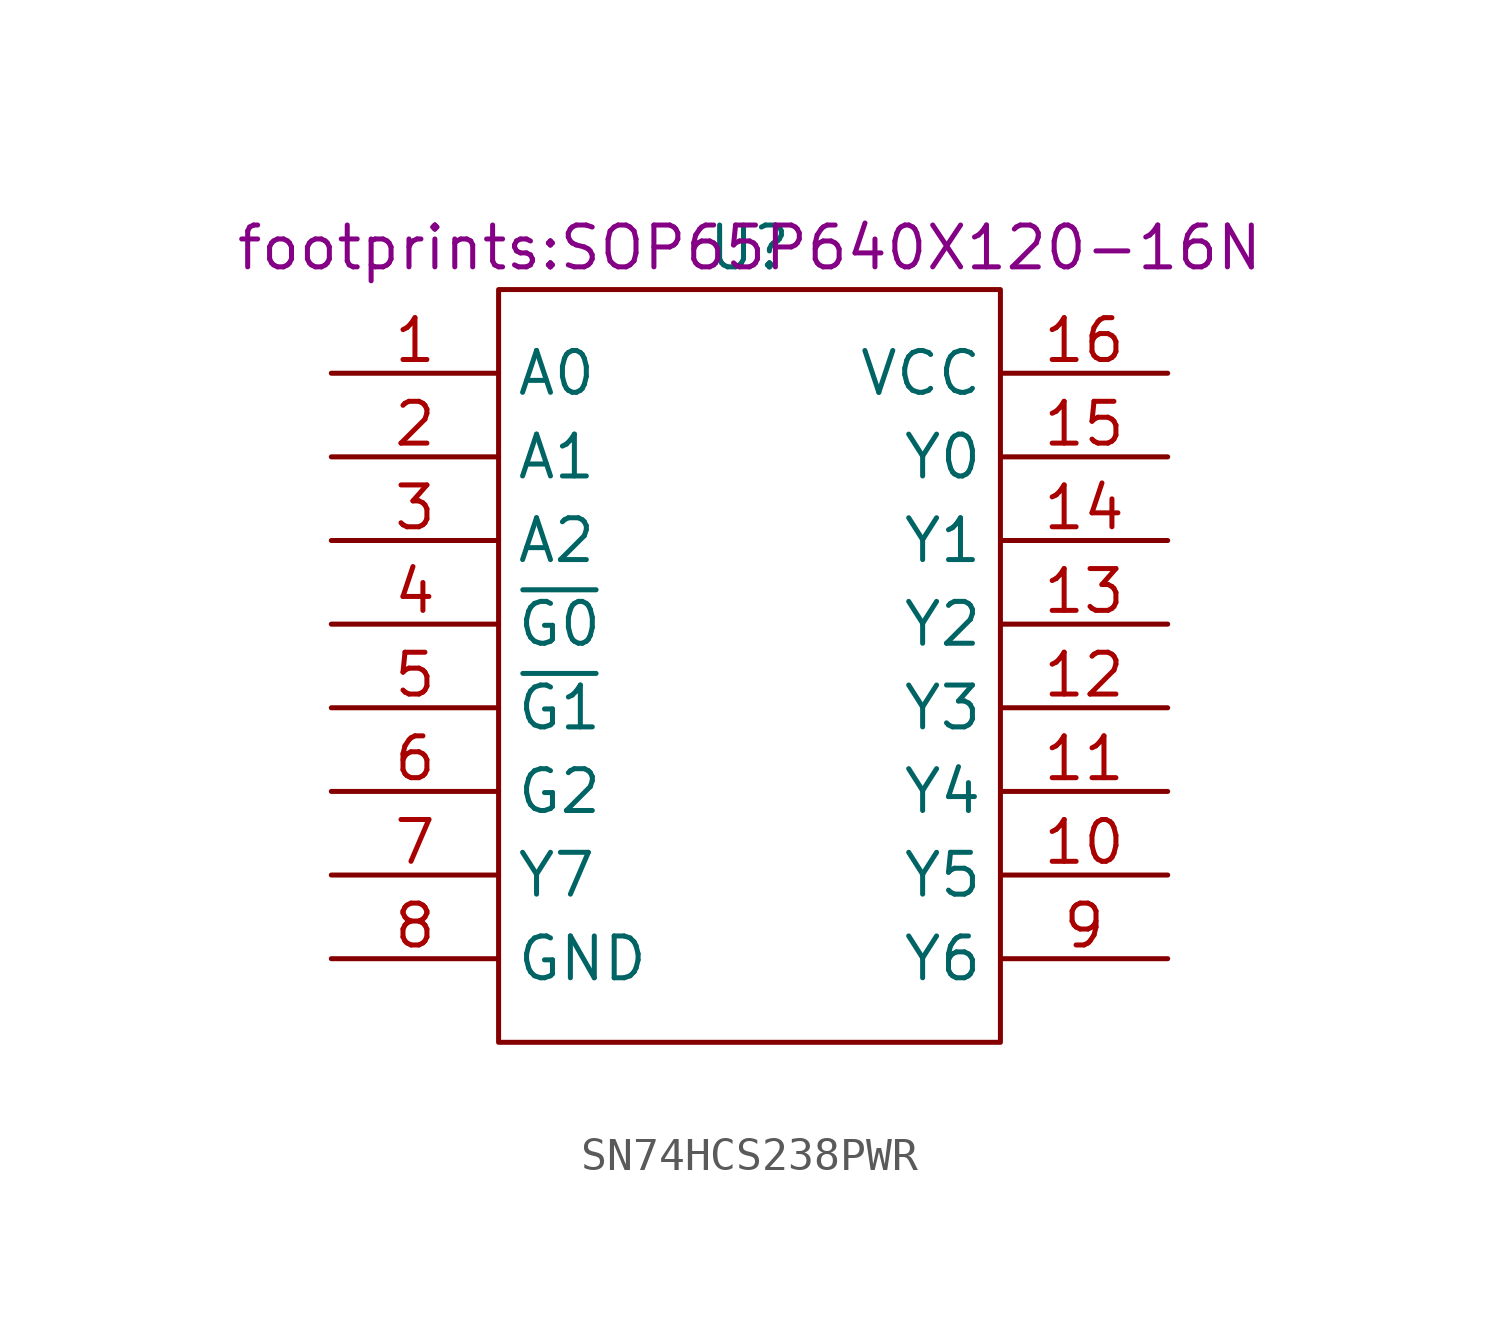
<source format=kicad_sym>
(kicad_symbol_lib
  (version 20220914)
  (generator kicad_symbol_editor)
  (symbol "SN74HCS238PWR"
    (property "Reference" "U"
      (at 0 0 0)
      (effects (font (size 1.27 1.27))))
    (property "Value" ""
      (at 0 0 0)
      (effects (font (size 1.27 1.27))))
    (property "Footprint" "footprints:SOP65P640X120-16N"
      (at 0 0 0)
      (effects (font (size 1.27 1.27))))
    (symbol "SN74HCS238PWR_0_0"
      (pin passive line (at -12.7 -3.81 0) (length 5.08) (name "A0" (effects (font (size 1.27 1.27)))) (number "1" (effects (font (size 1.27 1.27)))))
      (pin passive line (at 12.7 -19.05 180) (length 5.08) (name "Y5" (effects (font (size 1.27 1.27)))) (number "10" (effects (font (size 1.27 1.27)))))
      (pin passive line (at 12.7 -16.51 180) (length 5.08) (name "Y4" (effects (font (size 1.27 1.27)))) (number "11" (effects (font (size 1.27 1.27)))))
      (pin passive line (at 12.7 -13.97 180) (length 5.08) (name "Y3" (effects (font (size 1.27 1.27)))) (number "12" (effects (font (size 1.27 1.27)))))
      (pin passive line (at 12.7 -11.43 180) (length 5.08) (name "Y2" (effects (font (size 1.27 1.27)))) (number "13" (effects (font (size 1.27 1.27)))))
      (pin passive line (at 12.7 -8.89 180) (length 5.08) (name "Y1" (effects (font (size 1.27 1.27)))) (number "14" (effects (font (size 1.27 1.27)))))
      (pin passive line (at 12.7 -6.35 180) (length 5.08) (name "Y0" (effects (font (size 1.27 1.27)))) (number "15" (effects (font (size 1.27 1.27)))))
      (pin passive line (at 12.7 -3.81 180) (length 5.08) (name "VCC" (effects (font (size 1.27 1.27)))) (number "16" (effects (font (size 1.27 1.27)))))
      (pin passive line (at -12.7 -6.35 0) (length 5.08) (name "A1" (effects (font (size 1.27 1.27)))) (number "2" (effects (font (size 1.27 1.27)))))
      (pin passive line (at -12.7 -8.89 0) (length 5.08) (name "A2" (effects (font (size 1.27 1.27)))) (number "3" (effects (font (size 1.27 1.27)))))
      (pin passive line (at -12.7 -11.43 0) (length 5.08) (name "~{G0}" (effects (font (size 1.27 1.27)))) (number "4" (effects (font (size 1.27 1.27)))))
      (pin passive line (at -12.7 -13.97 0) (length 5.08) (name "~{G1}" (effects (font (size 1.27 1.27)))) (number "5" (effects (font (size 1.27 1.27)))))
      (pin passive line (at -12.7 -16.51 0) (length 5.08) (name "G2" (effects (font (size 1.27 1.27)))) (number "6" (effects (font (size 1.27 1.27)))))
      (pin passive line (at -12.7 -19.05 0) (length 5.08) (name "Y7" (effects (font (size 1.27 1.27)))) (number "7" (effects (font (size 1.27 1.27)))))
      (pin passive line (at -12.7 -21.59 0) (length 5.08) (name "GND" (effects (font (size 1.27 1.27)))) (number "8" (effects (font (size 1.27 1.27)))))
      (pin passive line (at 12.7 -21.59 180) (length 5.08) (name "Y6" (effects (font (size 1.27 1.27)))) (number "9" (effects (font (size 1.27 1.27))))))
    (symbol "SN74HCS238PWR_0_1"
      (polyline (pts (xy -7.62 -1.27) (xy 7.62 -1.27) (xy 7.62 -24.13) (xy -7.62 -24.13) (xy -7.62 -1.27)) (stroke (width 0.152) (type solid)) (fill (type none))))))
</source>
